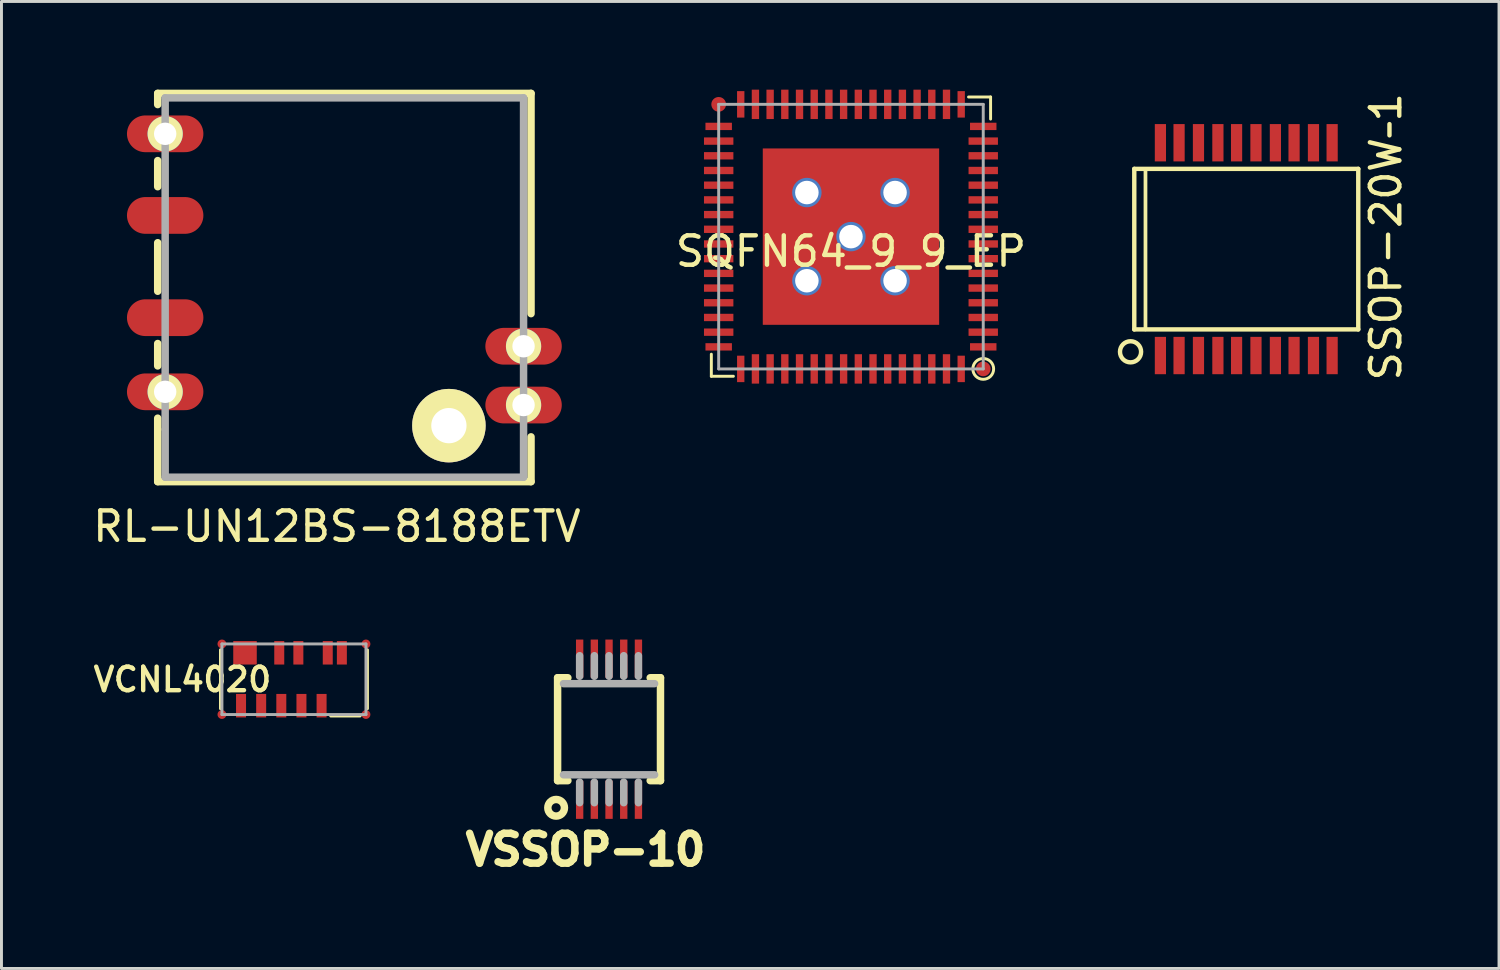
<source format=kicad_pcb>
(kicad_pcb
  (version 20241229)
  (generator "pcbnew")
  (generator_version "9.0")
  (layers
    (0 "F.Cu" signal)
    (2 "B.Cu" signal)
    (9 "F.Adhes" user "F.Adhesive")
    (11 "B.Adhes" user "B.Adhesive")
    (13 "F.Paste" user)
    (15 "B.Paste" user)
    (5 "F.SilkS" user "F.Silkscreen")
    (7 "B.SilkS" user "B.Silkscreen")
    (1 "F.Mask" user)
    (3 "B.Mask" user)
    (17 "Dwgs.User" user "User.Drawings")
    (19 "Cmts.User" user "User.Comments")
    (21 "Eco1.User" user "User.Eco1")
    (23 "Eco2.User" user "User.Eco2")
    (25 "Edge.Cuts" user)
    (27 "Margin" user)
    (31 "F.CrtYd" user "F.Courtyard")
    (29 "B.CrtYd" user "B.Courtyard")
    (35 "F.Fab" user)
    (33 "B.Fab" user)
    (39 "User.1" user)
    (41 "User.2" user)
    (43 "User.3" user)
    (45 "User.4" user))
  (footprint "SQFN64_9_9_EP"
    (layer "F.Cu")
    (at 25.899 5)
    (property "Reference" "SQFN64_9_9_EP" (at 0 0.5 0) (layer "F.SilkS") (effects (font (size 1 1) (thickness 0.15))))
    (attr through_hole)
    (fp_line (start -4.75 4) (end -4.75 4.75) (stroke (width 0.1) (type solid)) (layer "F.SilkS"))
    (fp_line (start -4.75 4.75) (end -4 4.75) (stroke (width 0.1) (type solid)) (layer "F.SilkS"))
    (fp_line (start 4 -4.75) (end 4.75 -4.75) (stroke (width 0.1) (type solid)) (layer "F.SilkS"))
    (fp_line (start 4.75 -4.75) (end 4.75 -4) (stroke (width 0.1) (type solid)) (layer "F.SilkS"))
    (fp_circle (center 4.5 4.5) (end 4.75 4.75) (stroke (width 0.1) (type solid)) (fill no) (layer "F.SilkS"))
    (fp_line (start -4.5 -4.5) (end -4.5 4.5) (stroke (width 0.1) (type solid)) (layer "F.Fab"))
    (fp_line (start -4.5 4.5) (end 4.5 4.5) (stroke (width 0.1) (type solid)) (layer "F.Fab"))
    (fp_line (start 4.5 -4.5) (end -4.5 -4.5) (stroke (width 0.1) (type solid)) (layer "F.Fab"))
    (fp_line (start 4.5 4.5) (end 4.5 -4.5) (stroke (width 0.1) (type solid)) (layer "F.Fab"))
    (pad "0" smd circle (at -4.5 -4.5) (size 0.5 0.5) (layers "F.Cu" "F.Mask"))
    (pad "0" smd roundrect (at -2 0) (size 1.6 2) (layers "F.Cu" "F.Mask" "F.Paste") (roundrect_rratio 0.25))
    (pad "0" thru_hole circle (at -1.5 -1.5) (size 1 1) (drill 0.8) (layers "*.Cu" "*.Mask"))
    (pad "0" thru_hole circle (at -1.5 1.5) (size 1 1) (drill 0.8) (layers "*.Cu" "*.Mask"))
    (pad "0" smd roundrect (at 0 -2) (size 2 1.6) (layers "F.Cu" "F.Mask" "F.Paste") (roundrect_rratio 0.25))
    (pad "0" thru_hole circle (at 0 0) (size 1 1) (drill 0.8) (layers "*.Cu" "*.Mask"))
    (pad "0" smd rect (at 0 0) (size 6 6) (layers "F.Cu" "F.Mask"))
    (pad "0" smd roundrect (at 0 2) (size 2 1.6) (layers "F.Cu" "F.Mask" "F.Paste") (roundrect_rratio 0.25))
    (pad "0" thru_hole circle (at 1.5 -1.5) (size 1 1) (drill 0.8) (layers "*.Cu" "*.Mask"))
    (pad "0" thru_hole circle (at 1.5 1.5) (size 1 1) (drill 0.8) (layers "*.Cu" "*.Mask"))
    (pad "0" smd roundrect (at 2 0) (size 1.6 2) (layers "F.Cu" "F.Mask" "F.Paste") (roundrect_rratio 0.25))
    (pad "0" smd circle (at 4.5 4.5) (size 0.5 0.5) (layers "F.Cu" "F.Mask"))
    (pad "1" smd rect (at 4.5 3.75 90) (size 0.25 0.9) (layers "F.Cu" "F.Mask" "F.Paste"))
    (pad "2" smd rect (at 4.5 3.25 90) (size 0.25 1) (layers "F.Cu" "F.Mask" "F.Paste"))
    (pad "3" smd rect (at 4.5 2.75 90) (size 0.25 1) (layers "F.Cu" "F.Mask" "F.Paste"))
    (pad "4" smd rect (at 4.5 2.25 90) (size 0.25 1) (layers "F.Cu" "F.Mask" "F.Paste"))
    (pad "5" smd rect (at 4.5 1.75 90) (size 0.25 1) (layers "F.Cu" "F.Mask" "F.Paste"))
    (pad "6" smd rect (at 4.5 1.25 90) (size 0.25 1) (layers "F.Cu" "F.Mask" "F.Paste"))
    (pad "7" smd rect (at 4.5 0.75 90) (size 0.25 1) (layers "F.Cu" "F.Mask" "F.Paste"))
    (pad "8" smd rect (at 4.5 0.25 90) (size 0.25 1) (layers "F.Cu" "F.Mask" "F.Paste"))
    (pad "9" smd rect (at 4.5 -0.25 90) (size 0.25 1) (layers "F.Cu" "F.Mask" "F.Paste"))
    (pad "10" smd rect (at 4.5 -0.75 90) (size 0.25 1) (layers "F.Cu" "F.Mask" "F.Paste"))
    (pad "11" smd rect (at 4.5 -1.25 90) (size 0.25 1) (layers "F.Cu" "F.Mask" "F.Paste"))
    (pad "12" smd rect (at 4.5 -1.75 90) (size 0.25 1) (layers "F.Cu" "F.Mask" "F.Paste"))
    (pad "13" smd rect (at 4.5 -2.25 90) (size 0.25 1) (layers "F.Cu" "F.Mask" "F.Paste"))
    (pad "14" smd rect (at 4.5 -2.75 90) (size 0.25 1) (layers "F.Cu" "F.Mask" "F.Paste"))
    (pad "15" smd rect (at 4.5 -3.25 90) (size 0.25 1) (layers "F.Cu" "F.Mask" "F.Paste"))
    (pad "16" smd rect (at 4.5 -3.75 90) (size 0.25 0.9) (layers "F.Cu" "F.Mask" "F.Paste"))
    (pad "17" smd rect (at 3.75 -4.5) (size 0.25 0.9) (layers "F.Cu" "F.Mask" "F.Paste"))
    (pad "18" smd rect (at 3.25 -4.5) (size 0.25 1) (layers "F.Cu" "F.Mask" "F.Paste"))
    (pad "19" smd rect (at 2.75 -4.5) (size 0.25 1) (layers "F.Cu" "F.Mask" "F.Paste"))
    (pad "20" smd rect (at 2.25 -4.5) (size 0.25 1) (layers "F.Cu" "F.Mask" "F.Paste"))
    (pad "21" smd rect (at 1.75 -4.5) (size 0.25 1) (layers "F.Cu" "F.Mask" "F.Paste"))
    (pad "22" smd rect (at 1.25 -4.5) (size 0.25 1) (layers "F.Cu" "F.Mask" "F.Paste"))
    (pad "23" smd rect (at 0.75 -4.5) (size 0.25 1) (layers "F.Cu" "F.Mask" "F.Paste"))
    (pad "24" smd rect (at 0.25 -4.5) (size 0.25 1) (layers "F.Cu" "F.Mask" "F.Paste"))
    (pad "25" smd rect (at -0.25 -4.5) (size 0.25 1) (layers "F.Cu" "F.Mask" "F.Paste"))
    (pad "26" smd rect (at -0.75 -4.5) (size 0.25 1) (layers "F.Cu" "F.Mask" "F.Paste"))
    (pad "27" smd rect (at -1.25 -4.5) (size 0.25 1) (layers "F.Cu" "F.Mask" "F.Paste"))
    (pad "28" smd rect (at -1.75 -4.5) (size 0.25 1) (layers "F.Cu" "F.Mask" "F.Paste"))
    (pad "29" smd rect (at -2.25 -4.5) (size 0.25 1) (layers "F.Cu" "F.Mask" "F.Paste"))
    (pad "30" smd rect (at -2.75 -4.5) (size 0.25 1) (layers "F.Cu" "F.Mask" "F.Paste"))
    (pad "31" smd rect (at -3.25 -4.5) (size 0.25 1) (layers "F.Cu" "F.Mask" "F.Paste"))
    (pad "32" smd rect (at -3.75 -4.5) (size 0.25 0.9) (layers "F.Cu" "F.Mask" "F.Paste"))
    (pad "33" smd rect (at -4.5 -3.75 90) (size 0.25 0.9) (layers "F.Cu" "F.Mask" "F.Paste"))
    (pad "34" smd rect (at -4.5 -3.25 90) (size 0.25 1) (layers "F.Cu" "F.Mask" "F.Paste"))
    (pad "35" smd rect (at -4.5 -2.75 90) (size 0.25 1) (layers "F.Cu" "F.Mask" "F.Paste"))
    (pad "36" smd rect (at -4.5 -2.25 90) (size 0.25 1) (layers "F.Cu" "F.Mask" "F.Paste"))
    (pad "37" smd rect (at -4.5 -1.75 90) (size 0.25 1) (layers "F.Cu" "F.Mask" "F.Paste"))
    (pad "38" smd rect (at -4.5 -1.25 90) (size 0.25 1) (layers "F.Cu" "F.Mask" "F.Paste"))
    (pad "39" smd rect (at -4.5 -0.75 90) (size 0.25 1) (layers "F.Cu" "F.Mask" "F.Paste"))
    (pad "40" smd rect (at -4.5 -0.25 90) (size 0.25 1) (layers "F.Cu" "F.Mask" "F.Paste"))
    (pad "41" smd rect (at -4.5 0.25 90) (size 0.25 1) (layers "F.Cu" "F.Mask" "F.Paste"))
    (pad "42" smd rect (at -4.5 0.75 90) (size 0.25 1) (layers "F.Cu" "F.Mask" "F.Paste"))
    (pad "43" smd rect (at -4.5 1.25 90) (size 0.25 1) (layers "F.Cu" "F.Mask" "F.Paste"))
    (pad "44" smd rect (at -4.5 1.75 90) (size 0.25 1) (layers "F.Cu" "F.Mask" "F.Paste"))
    (pad "45" smd rect (at -4.5 2.25 90) (size 0.25 1) (layers "F.Cu" "F.Mask" "F.Paste"))
    (pad "46" smd rect (at -4.5 2.75 90) (size 0.25 1) (layers "F.Cu" "F.Mask" "F.Paste"))
    (pad "47" smd rect (at -4.5 3.25 90) (size 0.25 1) (layers "F.Cu" "F.Mask" "F.Paste"))
    (pad "48" smd rect (at -4.5 3.75 90) (size 0.25 0.9) (layers "F.Cu" "F.Mask" "F.Paste"))
    (pad "49" smd rect (at -3.75 4.5) (size 0.25 0.9) (layers "F.Cu" "F.Mask" "F.Paste"))
    (pad "50" smd rect (at -3.25 4.5) (size 0.25 1) (layers "F.Cu" "F.Mask" "F.Paste"))
    (pad "51" smd rect (at -2.75 4.5) (size 0.25 1) (layers "F.Cu" "F.Mask" "F.Paste"))
    (pad "52" smd rect (at -2.25 4.5) (size 0.25 1) (layers "F.Cu" "F.Mask" "F.Paste"))
    (pad "53" smd rect (at -1.75 4.5) (size 0.25 1) (layers "F.Cu" "F.Mask" "F.Paste"))
    (pad "54" smd rect (at -1.25 4.5) (size 0.25 1) (layers "F.Cu" "F.Mask" "F.Paste"))
    (pad "55" smd rect (at -0.75 4.5) (size 0.25 1) (layers "F.Cu" "F.Mask" "F.Paste"))
    (pad "56" smd rect (at -0.25 4.5) (size 0.25 1) (layers "F.Cu" "F.Mask" "F.Paste"))
    (pad "57" smd rect (at 0.25 4.5) (size 0.25 1) (layers "F.Cu" "F.Mask" "F.Paste"))
    (pad "58" smd rect (at 0.75 4.5) (size 0.25 1) (layers "F.Cu" "F.Mask" "F.Paste"))
    (pad "59" smd rect (at 1.25 4.5) (size 0.25 1) (layers "F.Cu" "F.Mask" "F.Paste"))
    (pad "60" smd rect (at 1.75 4.5) (size 0.25 1) (layers "F.Cu" "F.Mask" "F.Paste"))
    (pad "61" smd rect (at 2.25 4.5) (size 0.25 1) (layers "F.Cu" "F.Mask" "F.Paste"))
    (pad "62" smd rect (at 2.75 4.5) (size 0.25 1) (layers "F.Cu" "F.Mask" "F.Paste"))
    (pad "63" smd rect (at 3.25 4.5) (size 0.25 1) (layers "F.Cu" "F.Mask" "F.Paste"))
    (pad "64" smd rect (at 3.75 4.5) (size 0.25 0.9) (layers "F.Cu" "F.Mask" "F.Paste")))
  (footprint "VCNL4020"
    (layer "F.Cu")
    (at 6.95 20.057)
    (property "Reference" "VCNL4020" (at -3.795 0.01 0) (layer "F.SilkS") (effects (font (size 0.8 0.8) (thickness 0.15))))
    (attr through_hole)
    (fp_line (start -2.5 -1) (end -2.5 1) (stroke (width 0.1) (type solid)) (layer "F.SilkS"))
    (fp_line (start 1.25 1.25) (end 2.25 1.25) (stroke (width 0.1) (type solid)) (layer "F.SilkS"))
    (fp_line (start 2.5 -1) (end 2.5 1) (stroke (width 0.1) (type solid)) (layer "F.SilkS"))
    (fp_line (start -2.45 -1.2) (end 2.45 -1.2) (stroke (width 0.1) (type solid)) (layer "F.Fab"))
    (fp_line (start -2.45 1.2) (end -2.45 -1.2) (stroke (width 0.1) (type solid)) (layer "F.Fab"))
    (fp_line (start 2.45 -1.2) (end 2.45 1.2) (stroke (width 0.1) (type solid)) (layer "F.Fab"))
    (fp_line (start 2.45 1.2) (end -2.45 1.2) (stroke (width 0.1) (type solid)) (layer "F.Fab"))
    (pad "" smd circle (at -2.45 -1.2) (size 0.3 0.3) (layers "F.Cu" "F.Mask"))
    (pad "" smd circle (at -2.45 1.2) (size 0.3 0.3) (layers "F.Cu" "F.Mask"))
    (pad "" smd circle (at 2.45 -1.2) (size 0.3 0.3) (layers "F.Cu" "F.Mask"))
    (pad "" smd circle (at 2.45 1.2) (size 0.3 0.3) (layers "F.Cu" "F.Mask"))
    (pad "1" smd rect (at -1.8 0.9) (size 0.34 0.8) (layers "F.Cu" "F.Mask" "F.Paste"))
    (pad "2" smd rect (at -1.115 0.9) (size 0.34 0.8) (layers "F.Cu" "F.Mask" "F.Paste"))
    (pad "3" smd rect (at -0.43 0.9) (size 0.34 0.8) (layers "F.Cu" "F.Mask" "F.Paste"))
    (pad "4" smd rect (at 0.255 0.9) (size 0.34 0.8) (layers "F.Cu" "F.Mask" "F.Paste"))
    (pad "5" smd rect (at 0.94 0.9) (size 0.34 0.8) (layers "F.Cu" "F.Mask" "F.Paste"))
    (pad "6" smd rect (at 1.63 -0.9) (size 0.34 0.8) (layers "F.Cu" "F.Mask" "F.Paste"))
    (pad "7" smd rect (at 1.15 -0.9) (size 0.34 0.8) (layers "F.Cu" "F.Mask" "F.Paste"))
    (pad "8" smd rect (at 0.15 -0.9) (size 0.34 0.8) (layers "F.Cu" "F.Mask" "F.Paste"))
    (pad "9" smd rect (at -0.5 -0.9) (size 0.34 0.8) (layers "F.Cu" "F.Mask" "F.Paste"))
    (pad "10" smd rect (at -1.665 -0.9) (size 0.8 0.8) (layers "F.Cu" "F.Mask" "F.Paste")))
  (footprint "RL-UN12BS-8188ETV"
    (layer "F.Cu")
    (at 8.665 6.731)
    (property "Reference" "RL-UN12BS-8188ETV" (at -0.254 8.128 0) (layer "F.SilkS") (effects (font (size 1 1) (thickness 0.15))))
    (attr smd)
    (fp_line (start -6.35 -6.604) (end 6.35 -6.604) (stroke (width 0.254) (type solid)) (layer "F.SilkS"))
    (fp_line (start -6.35 -6.223) (end -6.35 -6.604) (stroke (width 0.254) (type solid)) (layer "F.SilkS"))
    (fp_line (start -6.35 -4.318) (end -6.35 -3.429) (stroke (width 0.254) (type solid)) (layer "F.SilkS"))
    (fp_line (start -6.35 -1.524) (end -6.35 0.127) (stroke (width 0.254) (type solid)) (layer "F.SilkS"))
    (fp_line (start -6.35 1.905) (end -6.35 2.667) (stroke (width 0.254) (type solid)) (layer "F.SilkS"))
    (fp_line (start -6.35 4.445) (end -6.35 4.826) (stroke (width 0.254) (type solid)) (layer "F.SilkS"))
    (fp_line (start -6.35 6.604) (end -6.35 4.826) (stroke (width 0.254) (type solid)) (layer "F.SilkS"))
    (fp_line (start 6.35 -6.604) (end 6.35 0.889) (stroke (width 0.254) (type solid)) (layer "F.SilkS"))
    (fp_line (start 6.35 5.08) (end 6.35 6.604) (stroke (width 0.254) (type solid)) (layer "F.SilkS"))
    (fp_line (start 6.35 6.604) (end -6.35 6.604) (stroke (width 0.254) (type solid)) (layer "F.SilkS"))
    (fp_line (start -6.096 -6.452) (end 6.096 -6.452) (stroke (width 0.254) (type solid)) (layer "F.Fab"))
    (fp_line (start -6.096 6.452) (end -6.096 -6.452) (stroke (width 0.254) (type solid)) (layer "F.Fab"))
    (fp_line (start 6.096 -6.452) (end 6.096 6.452) (stroke (width 0.254) (type solid)) (layer "F.Fab"))
    (fp_line (start 6.096 6.452) (end -6.096 6.452) (stroke (width 0.254) (type solid)) (layer "F.Fab"))
    (pad "1" thru_hole circle (at -6.096 -5.229) (size 1.2 1.2) (drill 0.762) (layers "*.Cu" "*.Mask" "F.SilkS"))
    (pad "1" smd oval (at -6.096 -5.229) (size 2.6 1.25) (layers "F.Cu" "F.Mask"))
    (pad "2" smd oval (at -6.096 -2.452) (size 2.6 1.25) (layers "F.Cu" "F.Mask"))
    (pad "3" smd oval (at -6.096 1.026) (size 2.6 1.25) (layers "F.Cu" "F.Mask"))
    (pad "4" thru_hole circle (at -6.096 3.548) (size 1.2 1.2) (drill 0.762) (layers "*.Cu" "*.Mask" "F.SilkS"))
    (pad "4" smd oval (at -6.096 3.548) (size 2.6 1.25) (layers "F.Cu" "F.Mask"))
    (pad "5" thru_hole circle (at 3.556 4.699) (size 2.5 2.5) (drill 1.2) (layers "*.Cu" "*.Mask" "F.SilkS"))
    (pad "5" thru_hole circle (at 6.096 3.998) (size 1.2 1.2) (drill 0.762) (layers "*.Cu" "*.Mask" "F.SilkS"))
    (pad "5" smd oval (at 6.096 3.998) (size 2.6 1.25) (layers "F.Cu" "F.Mask"))
    (pad "6" thru_hole circle (at 6.096 1.998) (size 1.2 1.2) (drill 0.762) (layers "*.Cu" "*.Mask" "F.SilkS"))
    (pad "6" smd oval (at 6.096 1.998) (size 2.6 1.25) (layers "F.Cu" "F.Mask")))
  (footprint "VSSOP-10"
    (layer "F.Cu")
    (at 17.669 21.757)
    (property "Reference" "VSSOP-10" (at -0.8 4.1 0) (layer "F.SilkS") (effects (font (size 1.016 1.016) (thickness 0.254))))
    (attr through_hole)
    (fp_line (start -1.75 1.75) (end -1.75 -1.75) (stroke (width 0.254) (type solid)) (layer "F.SilkS"))
    (fp_line (start -1.4 -1.75) (end -1.75 -1.75) (stroke (width 0.254) (type solid)) (layer "F.SilkS"))
    (fp_line (start -1.4 1.75) (end -1.75 1.75) (stroke (width 0.254) (type solid)) (layer "F.SilkS"))
    (fp_line (start 1.75 -1.75) (end 1.4 -1.75) (stroke (width 0.254) (type solid)) (layer "F.SilkS"))
    (fp_line (start 1.75 -1.75) (end 1.75 1.75) (stroke (width 0.254) (type solid)) (layer "F.SilkS"))
    (fp_line (start 1.75 1.75) (end 1.4 1.75) (stroke (width 0.254) (type solid)) (layer "F.SilkS"))
    (fp_circle (center -1.8 2.673) (end -1.6 2.873) (stroke (width 0.254) (type solid)) (fill no) (layer "F.SilkS"))
    (fp_line (start -1.55 -1.55) (end 1.55 -1.55) (stroke (width 0.254) (type solid)) (layer "F.Fab"))
    (fp_line (start -1 -2.5) (end -1 -1.8) (stroke (width 0.254) (type solid)) (layer "F.Fab"))
    (fp_line (start -1 1.8) (end -1 2.5) (stroke (width 0.254) (type solid)) (layer "F.Fab"))
    (fp_line (start -0.5 -2.5) (end -0.5 -1.8) (stroke (width 0.254) (type solid)) (layer "F.Fab"))
    (fp_line (start -0.5 1.8) (end -0.5 2.5) (stroke (width 0.254) (type solid)) (layer "F.Fab"))
    (fp_line (start 0 -2.5) (end 0 -1.8) (stroke (width 0.254) (type solid)) (layer "F.Fab"))
    (fp_line (start 0 1.8) (end 0 2.5) (stroke (width 0.254) (type solid)) (layer "F.Fab"))
    (fp_line (start 0.5 -2.5) (end 0.5 -1.8) (stroke (width 0.254) (type solid)) (layer "F.Fab"))
    (fp_line (start 0.5 1.8) (end 0.5 2.5) (stroke (width 0.254) (type solid)) (layer "F.Fab"))
    (fp_line (start 1 -2.5) (end 1 -1.8) (stroke (width 0.254) (type solid)) (layer "F.Fab"))
    (fp_line (start 1 1.8) (end 1 2.5) (stroke (width 0.254) (type solid)) (layer "F.Fab"))
    (fp_line (start 1.55 1.55) (end -1.55 1.55) (stroke (width 0.254) (type solid)) (layer "F.Fab"))
    (pad "1" smd rect (at -1 2.4) (size 0.25 1.3) (layers "F.Cu" "F.Mask" "F.Paste"))
    (pad "2" smd rect (at -0.5 2.4) (size 0.25 1.3) (layers "F.Cu" "F.Mask" "F.Paste"))
    (pad "3" smd rect (at 0 2.4) (size 0.25 1.3) (layers "F.Cu" "F.Mask" "F.Paste"))
    (pad "4" smd rect (at 0.5 2.4) (size 0.25 1.3) (layers "F.Cu" "F.Mask" "F.Paste"))
    (pad "5" smd rect (at 1 2.4) (size 0.25 1.3) (layers "F.Cu" "F.Mask" "F.Paste"))
    (pad "6" smd rect (at 1 -2.4) (size 0.25 1.3) (layers "F.Cu" "F.Mask" "F.Paste"))
    (pad "7" smd rect (at 0.5 -2.4) (size 0.25 1.3) (layers "F.Cu" "F.Mask" "F.Paste"))
    (pad "8" smd rect (at 0 -2.4) (size 0.25 1.3) (layers "F.Cu" "F.Mask" "F.Paste"))
    (pad "9" smd rect (at -0.5 -2.4) (size 0.25 1.3) (layers "F.Cu" "F.Mask" "F.Paste"))
    (pad "10" smd rect (at -1 -2.4) (size 0.25 1.3) (layers "F.Cu" "F.Mask" "F.Paste")))
  (footprint "SSOP-20W–1"
    (layer "F.Cu")
    (at 39.347 6.378)
    (property "Reference" "SSOP-20W–1" (at 4.75 -1.372 90) (layer "F.SilkS") (effects (font (size 1 1) (thickness 0.15))))
    (attr smd)
    (fp_line (start -3.81 1.778) (end -3.81 -3.683) (stroke (width 0.15) (type solid)) (layer "F.SilkS"))
    (fp_line (start -3.81 1.778) (end 3.81 1.778) (stroke (width 0.15) (type solid)) (layer "F.SilkS"))
    (fp_line (start -3.429 -3.683) (end -3.429 1.778) (stroke (width 0.127) (type solid)) (layer "F.SilkS"))
    (fp_line (start 3.81 -3.683) (end -3.81 -3.683) (stroke (width 0.15) (type solid)) (layer "F.SilkS"))
    (fp_line (start 3.81 -3.683) (end 3.81 1.778) (stroke (width 0.15) (type solid)) (layer "F.SilkS"))
    (fp_circle (center -3.937 2.54) (end -4.191 2.286) (stroke (width 0.15) (type solid)) (fill no) (layer "F.SilkS"))
    (pad "1" smd rect (at -2.921 2.667) (size 0.381 1.27) (layers "F.Cu" "F.Mask" "F.Paste"))
    (pad "2" smd rect (at -2.286 2.667) (size 0.381 1.27) (layers "F.Cu" "F.Mask" "F.Paste"))
    (pad "3" smd rect (at -1.626 2.667) (size 0.381 1.27) (layers "F.Cu" "F.Mask" "F.Paste"))
    (pad "4" smd rect (at -0.965 2.667) (size 0.381 1.27) (layers "F.Cu" "F.Mask" "F.Paste"))
    (pad "5" smd rect (at -0.33 2.667) (size 0.381 1.27) (layers "F.Cu" "F.Mask" "F.Paste"))
    (pad "6" smd rect (at 0.33 2.667) (size 0.381 1.27) (layers "F.Cu" "F.Mask" "F.Paste"))
    (pad "7" smd rect (at 0.991 2.667) (size 0.381 1.27) (layers "F.Cu" "F.Mask" "F.Paste"))
    (pad "8" smd rect (at 1.626 2.667) (size 0.381 1.27) (layers "F.Cu" "F.Mask" "F.Paste"))
    (pad "9" smd rect (at 2.286 2.667) (size 0.381 1.27) (layers "F.Cu" "F.Mask" "F.Paste"))
    (pad "10" smd rect (at 2.921 2.667) (size 0.381 1.27) (layers "F.Cu" "F.Mask" "F.Paste"))
    (pad "11" smd rect (at 2.921 -4.572) (size 0.381 1.27) (layers "F.Cu" "F.Mask" "F.Paste"))
    (pad "12" smd rect (at 2.286 -4.572) (size 0.381 1.27) (layers "F.Cu" "F.Mask" "F.Paste"))
    (pad "13" smd rect (at 1.626 -4.572) (size 0.381 1.27) (layers "F.Cu" "F.Mask" "F.Paste"))
    (pad "14" smd rect (at 0.991 -4.572) (size 0.381 1.27) (layers "F.Cu" "F.Mask" "F.Paste"))
    (pad "15" smd rect (at 0.33 -4.572) (size 0.381 1.27) (layers "F.Cu" "F.Mask" "F.Paste"))
    (pad "16" smd rect (at -0.33 -4.572) (size 0.381 1.27) (layers "F.Cu" "F.Mask" "F.Paste"))
    (pad "17" smd rect (at -0.965 -4.572) (size 0.381 1.27) (layers "F.Cu" "F.Mask" "F.Paste"))
    (pad "18" smd rect (at -1.626 -4.572) (size 0.381 1.27) (layers "F.Cu" "F.Mask" "F.Paste"))
    (pad "19" smd rect (at -2.286 -4.572) (size 0.381 1.27) (layers "F.Cu" "F.Mask" "F.Paste"))
    (pad "20" smd rect (at -2.921 -4.572) (size 0.381 1.27) (layers "F.Cu" "F.Mask" "F.Paste")))
  (gr_rect
    (start -3 -3)
    (end 47.945 29.897)
    (stroke (width 0.1) (type default))
    (fill no)
    (layer "Edge.Cuts")))
</source>
